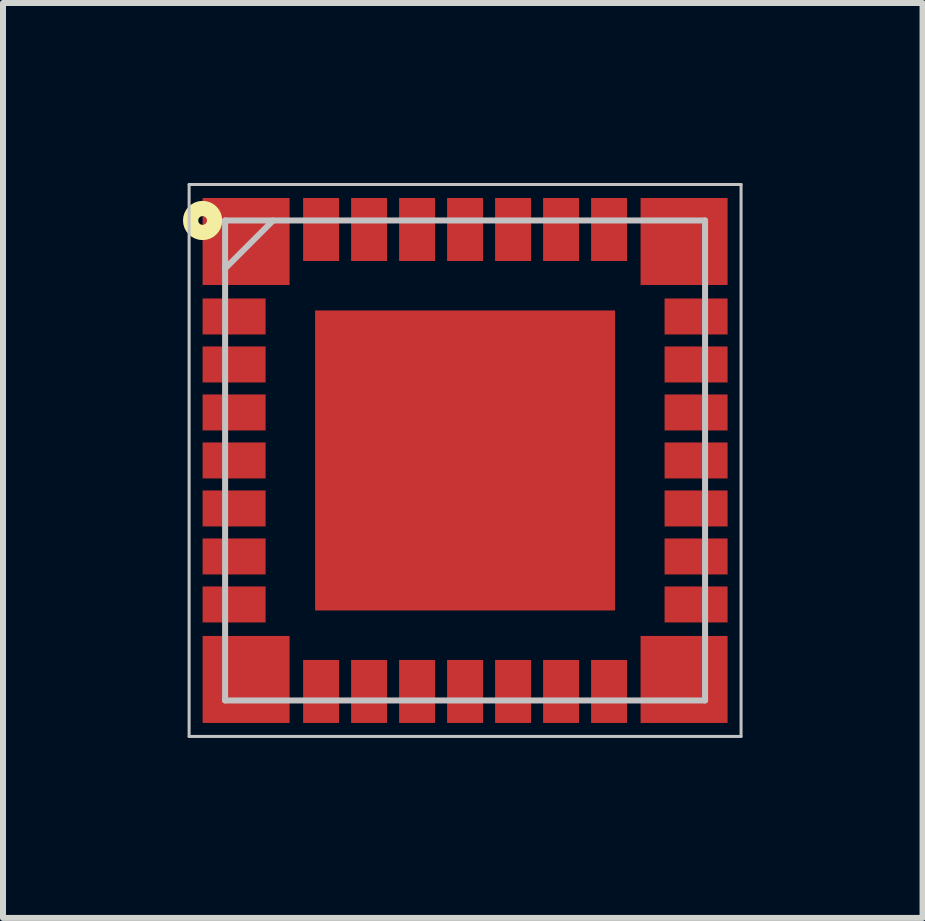
<source format=kicad_pcb>
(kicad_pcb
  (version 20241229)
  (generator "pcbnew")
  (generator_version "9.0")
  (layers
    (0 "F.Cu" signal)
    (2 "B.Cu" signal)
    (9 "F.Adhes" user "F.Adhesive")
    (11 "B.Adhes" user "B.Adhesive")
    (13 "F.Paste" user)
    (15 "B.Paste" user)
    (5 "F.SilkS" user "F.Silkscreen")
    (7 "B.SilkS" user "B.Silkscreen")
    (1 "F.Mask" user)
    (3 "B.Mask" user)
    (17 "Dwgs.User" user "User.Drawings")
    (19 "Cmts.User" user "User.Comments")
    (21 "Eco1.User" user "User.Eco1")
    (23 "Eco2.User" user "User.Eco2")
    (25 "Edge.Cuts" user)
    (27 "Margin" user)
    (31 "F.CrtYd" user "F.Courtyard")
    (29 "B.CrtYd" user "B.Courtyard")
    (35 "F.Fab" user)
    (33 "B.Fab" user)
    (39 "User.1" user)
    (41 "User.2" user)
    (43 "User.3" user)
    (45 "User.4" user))
  (footprint "QFN80P800X800X220-33N"
    (layer "F.Cu")
    (at 4.702 4.625)
    (property "Reference" "QFN80P800X800X220-33N" (at 0 0 0) (layer "F.SilkS") (effects (font (size 0.001 0.001) (thickness 0.15))))
    (attr smd)
    (fp_circle (center -4.375 -4) (end -4.175 -4) (stroke (width 0.254) (type solid)) (fill no) (layer "F.SilkS"))
    (fp_line (start -4.6 -4.6) (end 4.6 -4.6) (stroke (width 0.05) (type solid)) (layer "Dwgs.User"))
    (fp_line (start -4.6 4.6) (end -4.6 -4.6) (stroke (width 0.05) (type solid)) (layer "Dwgs.User"))
    (fp_line (start -4 -4) (end 4 -4) (stroke (width 0.1) (type solid)) (layer "Dwgs.User"))
    (fp_line (start -4 -3.2) (end -3.2 -4) (stroke (width 0.1) (type solid)) (layer "Dwgs.User"))
    (fp_line (start -4 4) (end -4 -4) (stroke (width 0.1) (type solid)) (layer "Dwgs.User"))
    (fp_line (start 4 -4) (end 4 4) (stroke (width 0.1) (type solid)) (layer "Dwgs.User"))
    (fp_line (start 4 4) (end -4 4) (stroke (width 0.1) (type solid)) (layer "Dwgs.User"))
    (fp_line (start 4.6 -4.6) (end 4.6 4.6) (stroke (width 0.05) (type solid)) (layer "Dwgs.User"))
    (fp_line (start 4.6 4.6) (end -4.6 4.6) (stroke (width 0.05) (type solid)) (layer "Dwgs.User"))
    (pad "1" smd rect (at -3.65 -3.65 90) (size 1.45 1.45) (layers "F.Cu" "F.Mask" "F.Paste"))
    (pad "2" smd rect (at -3.85 -2.4 90) (size 0.6 1.05) (layers "F.Cu" "F.Mask" "F.Paste"))
    (pad "3" smd rect (at -3.85 -1.6 90) (size 0.6 1.05) (layers "F.Cu" "F.Mask" "F.Paste"))
    (pad "4" smd rect (at -3.85 -0.8 90) (size 0.6 1.05) (layers "F.Cu" "F.Mask" "F.Paste"))
    (pad "5" smd rect (at -3.85 0 90) (size 0.6 1.05) (layers "F.Cu" "F.Mask" "F.Paste"))
    (pad "6" smd rect (at -3.85 0.8 90) (size 0.6 1.05) (layers "F.Cu" "F.Mask" "F.Paste"))
    (pad "7" smd rect (at -3.85 1.6 90) (size 0.6 1.05) (layers "F.Cu" "F.Mask" "F.Paste"))
    (pad "8" smd rect (at -3.85 2.4 90) (size 0.6 1.05) (layers "F.Cu" "F.Mask" "F.Paste"))
    (pad "9" smd rect (at -3.65 3.65) (size 1.45 1.45) (layers "F.Cu" "F.Mask" "F.Paste"))
    (pad "10" smd rect (at -2.4 3.85) (size 0.6 1.05) (layers "F.Cu" "F.Mask" "F.Paste"))
    (pad "11" smd rect (at -1.6 3.85) (size 0.6 1.05) (layers "F.Cu" "F.Mask" "F.Paste"))
    (pad "12" smd rect (at -0.8 3.85) (size 0.6 1.05) (layers "F.Cu" "F.Mask" "F.Paste"))
    (pad "13" smd rect (at 0 3.85) (size 0.6 1.05) (layers "F.Cu" "F.Mask" "F.Paste"))
    (pad "14" smd rect (at 0.8 3.85) (size 0.6 1.05) (layers "F.Cu" "F.Mask" "F.Paste"))
    (pad "15" smd rect (at 1.6 3.85) (size 0.6 1.05) (layers "F.Cu" "F.Mask" "F.Paste"))
    (pad "16" smd rect (at 2.4 3.85) (size 0.6 1.05) (layers "F.Cu" "F.Mask" "F.Paste"))
    (pad "17" smd rect (at 3.65 3.65 90) (size 1.45 1.45) (layers "F.Cu" "F.Mask" "F.Paste"))
    (pad "18" smd rect (at 3.85 2.4 90) (size 0.6 1.05) (layers "F.Cu" "F.Mask" "F.Paste"))
    (pad "19" smd rect (at 3.85 1.6 90) (size 0.6 1.05) (layers "F.Cu" "F.Mask" "F.Paste"))
    (pad "20" smd rect (at 3.85 0.8 90) (size 0.6 1.05) (layers "F.Cu" "F.Mask" "F.Paste"))
    (pad "21" smd rect (at 3.85 0 90) (size 0.6 1.05) (layers "F.Cu" "F.Mask" "F.Paste"))
    (pad "22" smd rect (at 3.85 -0.8 90) (size 0.6 1.05) (layers "F.Cu" "F.Mask" "F.Paste"))
    (pad "23" smd rect (at 3.85 -1.6 90) (size 0.6 1.05) (layers "F.Cu" "F.Mask" "F.Paste"))
    (pad "24" smd rect (at 3.85 -2.4 90) (size 0.6 1.05) (layers "F.Cu" "F.Mask" "F.Paste"))
    (pad "25" smd rect (at 3.65 -3.65) (size 1.45 1.45) (layers "F.Cu" "F.Mask" "F.Paste"))
    (pad "26" smd rect (at 2.4 -3.85) (size 0.6 1.05) (layers "F.Cu" "F.Mask" "F.Paste"))
    (pad "27" smd rect (at 1.6 -3.85) (size 0.6 1.05) (layers "F.Cu" "F.Mask" "F.Paste"))
    (pad "28" smd rect (at 0.8 -3.85) (size 0.6 1.05) (layers "F.Cu" "F.Mask" "F.Paste"))
    (pad "29" smd rect (at 0 -3.85) (size 0.6 1.05) (layers "F.Cu" "F.Mask" "F.Paste"))
    (pad "30" smd rect (at -0.8 -3.85) (size 0.6 1.05) (layers "F.Cu" "F.Mask" "F.Paste"))
    (pad "31" smd rect (at -1.6 -3.85) (size 0.6 1.05) (layers "F.Cu" "F.Mask" "F.Paste"))
    (pad "32" smd rect (at -2.4 -3.85) (size 0.6 1.05) (layers "F.Cu" "F.Mask" "F.Paste"))
    (pad "33" smd rect (at 0 0) (size 5 5) (layers "F.Cu" "F.Mask" "F.Paste")))
  (gr_rect
    (start -3 -3)
    (end 12.327 12.25)
    (stroke (width 0.1) (type default))
    (fill no)
    (layer "Edge.Cuts")))
</source>
